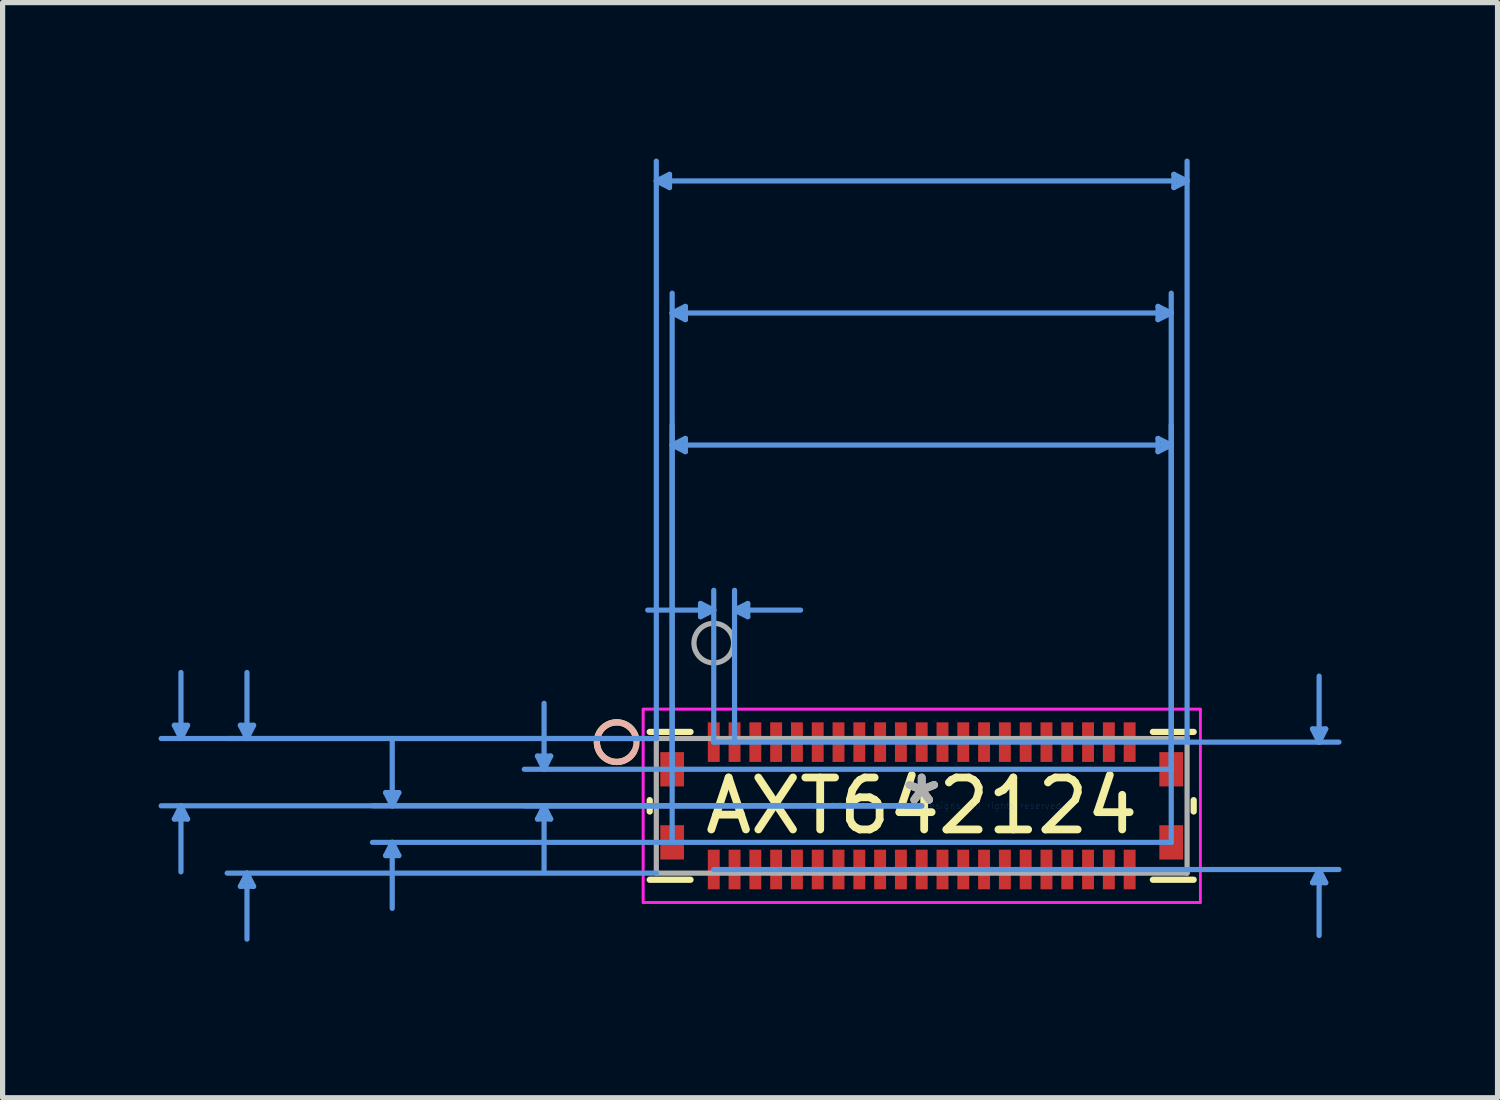
<source format=kicad_pcb>
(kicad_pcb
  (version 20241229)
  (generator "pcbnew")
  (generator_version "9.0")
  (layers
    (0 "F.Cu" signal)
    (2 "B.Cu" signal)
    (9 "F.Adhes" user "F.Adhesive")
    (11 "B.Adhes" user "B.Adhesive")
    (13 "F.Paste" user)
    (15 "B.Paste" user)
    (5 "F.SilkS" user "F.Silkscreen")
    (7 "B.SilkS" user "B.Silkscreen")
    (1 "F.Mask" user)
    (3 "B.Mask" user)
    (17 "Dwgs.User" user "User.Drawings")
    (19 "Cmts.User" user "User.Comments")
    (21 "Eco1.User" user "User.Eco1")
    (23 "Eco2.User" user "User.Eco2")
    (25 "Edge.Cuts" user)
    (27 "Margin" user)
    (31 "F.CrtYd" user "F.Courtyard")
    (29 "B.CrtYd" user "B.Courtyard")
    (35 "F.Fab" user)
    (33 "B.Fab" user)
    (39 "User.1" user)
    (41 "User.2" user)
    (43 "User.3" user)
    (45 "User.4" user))
  (footprint "AXT642124"
    (layer "F.Cu")
    (at 14.68 12.451)
    (property "Reference" "AXT642124" (at 0 0 0) (layer "F.SilkS") (effects (font (size 1 1) (thickness 0.15))))
    (attr through_hole)
    (fp_line (start -5.232 -0.109) (end -5.232 0.109) (stroke (width 0.12) (type solid)) (layer "F.SilkS"))
    (fp_line (start -5.232 1.422) (end -4.447 1.422) (stroke (width 0.12) (type solid)) (layer "F.SilkS"))
    (fp_line (start -4.447 -1.422) (end -5.232 -1.422) (stroke (width 0.12) (type solid)) (layer "F.SilkS"))
    (fp_line (start 4.447 1.422) (end 5.232 1.422) (stroke (width 0.12) (type solid)) (layer "F.SilkS"))
    (fp_line (start 5.232 -1.422) (end 4.447 -1.422) (stroke (width 0.12) (type solid)) (layer "F.SilkS"))
    (fp_line (start 5.232 0.109) (end 5.232 -0.109) (stroke (width 0.12) (type solid)) (layer "F.SilkS"))
    (fp_arc (start -5.53914 -1.031592) (mid -6.238766 -1.310139) (end -5.487671 -1.256096) (stroke (width 0.12) (type solid)) (layer "F.SilkS"))
    (fp_circle (center -5.867 -1.225) (end -5.486 -1.225) (stroke (width 0.12) (type solid)) (fill no) (layer "B.SilkS"))
    (fp_line (start -14.376 -1.549) (end -14.122 -1.549) (stroke (width 0.1) (type solid)) (layer "Cmts.User"))
    (fp_line (start -14.376 0.254) (end -14.122 0.254) (stroke (width 0.1) (type solid)) (layer "Cmts.User"))
    (fp_line (start -14.249 -1.295) (end -14.376 -1.549) (stroke (width 0.1) (type solid)) (layer "Cmts.User"))
    (fp_line (start -14.249 -1.295) (end -14.249 -2.565) (stroke (width 0.1) (type solid)) (layer "Cmts.User"))
    (fp_line (start -14.249 -1.295) (end -14.122 -1.549) (stroke (width 0.1) (type solid)) (layer "Cmts.User"))
    (fp_line (start -14.249 0) (end -14.376 0.254) (stroke (width 0.1) (type solid)) (layer "Cmts.User"))
    (fp_line (start -14.249 0) (end -14.249 1.27) (stroke (width 0.1) (type solid)) (layer "Cmts.User"))
    (fp_line (start -14.249 0) (end -14.122 0.254) (stroke (width 0.1) (type solid)) (layer "Cmts.User"))
    (fp_line (start -13.106 -1.549) (end -12.852 -1.549) (stroke (width 0.1) (type solid)) (layer "Cmts.User"))
    (fp_line (start -13.106 1.549) (end -12.852 1.549) (stroke (width 0.1) (type solid)) (layer "Cmts.User"))
    (fp_line (start -12.979 -1.295) (end -13.106 -1.549) (stroke (width 0.1) (type solid)) (layer "Cmts.User"))
    (fp_line (start -12.979 -1.295) (end -12.979 -2.565) (stroke (width 0.1) (type solid)) (layer "Cmts.User"))
    (fp_line (start -12.979 -1.295) (end -12.852 -1.549) (stroke (width 0.1) (type solid)) (layer "Cmts.User"))
    (fp_line (start -12.979 1.295) (end -13.106 1.549) (stroke (width 0.1) (type solid)) (layer "Cmts.User"))
    (fp_line (start -12.979 1.295) (end -12.979 2.565) (stroke (width 0.1) (type solid)) (layer "Cmts.User"))
    (fp_line (start -12.979 1.295) (end -12.852 1.549) (stroke (width 0.1) (type solid)) (layer "Cmts.User"))
    (fp_line (start -10.312 -0.254) (end -10.058 -0.254) (stroke (width 0.1) (type solid)) (layer "Cmts.User"))
    (fp_line (start -10.312 0.957) (end -10.058 0.957) (stroke (width 0.1) (type solid)) (layer "Cmts.User"))
    (fp_line (start -10.185 0) (end -10.312 -0.254) (stroke (width 0.1) (type solid)) (layer "Cmts.User"))
    (fp_line (start -10.185 0) (end -10.185 -1.27) (stroke (width 0.1) (type solid)) (layer "Cmts.User"))
    (fp_line (start -10.185 0) (end -10.058 -0.254) (stroke (width 0.1) (type solid)) (layer "Cmts.User"))
    (fp_line (start -10.185 0.703) (end -10.312 0.957) (stroke (width 0.1) (type solid)) (layer "Cmts.User"))
    (fp_line (start -10.185 0.703) (end -10.185 1.972) (stroke (width 0.1) (type solid)) (layer "Cmts.User"))
    (fp_line (start -10.185 0.703) (end -10.058 0.957) (stroke (width 0.1) (type solid)) (layer "Cmts.User"))
    (fp_line (start -7.391 -0.957) (end -7.137 -0.957) (stroke (width 0.1) (type solid)) (layer "Cmts.User"))
    (fp_line (start -7.391 0.254) (end -7.137 0.254) (stroke (width 0.1) (type solid)) (layer "Cmts.User"))
    (fp_line (start -7.264 -0.703) (end -7.391 -0.957) (stroke (width 0.1) (type solid)) (layer "Cmts.User"))
    (fp_line (start -7.264 -0.703) (end -7.264 -1.972) (stroke (width 0.1) (type solid)) (layer "Cmts.User"))
    (fp_line (start -7.264 -0.703) (end -7.137 -0.957) (stroke (width 0.1) (type solid)) (layer "Cmts.User"))
    (fp_line (start -7.264 0) (end -7.391 0.254) (stroke (width 0.1) (type solid)) (layer "Cmts.User"))
    (fp_line (start -7.264 0) (end -7.264 1.27) (stroke (width 0.1) (type solid)) (layer "Cmts.User"))
    (fp_line (start -7.264 0) (end -7.137 0.254) (stroke (width 0.1) (type solid)) (layer "Cmts.User"))
    (fp_line (start -5.105 -12.02) (end -4.851 -12.147) (stroke (width 0.1) (type solid)) (layer "Cmts.User"))
    (fp_line (start -5.105 -12.02) (end -4.851 -11.893) (stroke (width 0.1) (type solid)) (layer "Cmts.User"))
    (fp_line (start -5.105 -12.02) (end 5.105 -12.02) (stroke (width 0.1) (type solid)) (layer "Cmts.User"))
    (fp_line (start -5.105 -1.295) (end -14.63 -1.295) (stroke (width 0.1) (type solid)) (layer "Cmts.User"))
    (fp_line (start -5.105 -1.295) (end -13.36 -1.295) (stroke (width 0.1) (type solid)) (layer "Cmts.User"))
    (fp_line (start -5.105 -1.295) (end -5.105 -12.401) (stroke (width 0.1) (type solid)) (layer "Cmts.User"))
    (fp_line (start -5.105 1.295) (end -13.36 1.295) (stroke (width 0.1) (type solid)) (layer "Cmts.User"))
    (fp_line (start -4.851 -12.147) (end -4.851 -11.893) (stroke (width 0.1) (type solid)) (layer "Cmts.User"))
    (fp_line (start -4.8 -9.48) (end -4.546 -9.607) (stroke (width 0.1) (type solid)) (layer "Cmts.User"))
    (fp_line (start -4.8 -9.48) (end -4.546 -9.353) (stroke (width 0.1) (type solid)) (layer "Cmts.User"))
    (fp_line (start -4.8 -9.48) (end 4.8 -9.48) (stroke (width 0.1) (type solid)) (layer "Cmts.User"))
    (fp_line (start -4.8 -6.94) (end -4.546 -7.067) (stroke (width 0.1) (type solid)) (layer "Cmts.User"))
    (fp_line (start -4.8 -6.94) (end -4.546 -6.813) (stroke (width 0.1) (type solid)) (layer "Cmts.User"))
    (fp_line (start -4.8 -6.94) (end 4.8 -6.94) (stroke (width 0.1) (type solid)) (layer "Cmts.User"))
    (fp_line (start -4.8 -0.703) (end -4.8 -9.861) (stroke (width 0.1) (type solid)) (layer "Cmts.User"))
    (fp_line (start -4.8 0.703) (end -4.8 -7.321) (stroke (width 0.1) (type solid)) (layer "Cmts.User"))
    (fp_line (start -4.546 -9.607) (end -4.546 -9.353) (stroke (width 0.1) (type solid)) (layer "Cmts.User"))
    (fp_line (start -4.546 -7.067) (end -4.546 -6.813) (stroke (width 0.1) (type solid)) (layer "Cmts.User"))
    (fp_line (start -4.254 -3.892) (end -4.254 -3.638) (stroke (width 0.1) (type solid)) (layer "Cmts.User"))
    (fp_line (start -4 -3.765) (end -5.27 -3.765) (stroke (width 0.1) (type solid)) (layer "Cmts.User"))
    (fp_line (start -4 -3.765) (end -4.254 -3.892) (stroke (width 0.1) (type solid)) (layer "Cmts.User"))
    (fp_line (start -4 -3.765) (end -4.254 -3.638) (stroke (width 0.1) (type solid)) (layer "Cmts.User"))
    (fp_line (start -4 -1.225) (end -4 -4.146) (stroke (width 0.1) (type solid)) (layer "Cmts.User"))
    (fp_line (start -4 -1.225) (end 8.026 -1.225) (stroke (width 0.1) (type solid)) (layer "Cmts.User"))
    (fp_line (start -4 1.225) (end 8.026 1.225) (stroke (width 0.1) (type solid)) (layer "Cmts.User"))
    (fp_line (start -3.6 -3.765) (end -3.346 -3.892) (stroke (width 0.1) (type solid)) (layer "Cmts.User"))
    (fp_line (start -3.6 -3.765) (end -3.346 -3.638) (stroke (width 0.1) (type solid)) (layer "Cmts.User"))
    (fp_line (start -3.6 -3.765) (end -2.33 -3.765) (stroke (width 0.1) (type solid)) (layer "Cmts.User"))
    (fp_line (start -3.6 -1.225) (end -3.6 -4.146) (stroke (width 0.1) (type solid)) (layer "Cmts.User"))
    (fp_line (start -3.346 -3.892) (end -3.346 -3.638) (stroke (width 0.1) (type solid)) (layer "Cmts.User"))
    (fp_line (start 0 0) (end -14.63 0) (stroke (width 0.1) (type solid)) (layer "Cmts.User"))
    (fp_line (start 0 0) (end -10.566 0) (stroke (width 0.1) (type solid)) (layer "Cmts.User"))
    (fp_line (start 0 0) (end -7.645 0) (stroke (width 0.1) (type solid)) (layer "Cmts.User"))
    (fp_line (start 4.546 -9.607) (end 4.546 -9.353) (stroke (width 0.1) (type solid)) (layer "Cmts.User"))
    (fp_line (start 4.546 -7.067) (end 4.546 -6.813) (stroke (width 0.1) (type solid)) (layer "Cmts.User"))
    (fp_line (start 4.8 -9.48) (end 4.546 -9.607) (stroke (width 0.1) (type solid)) (layer "Cmts.User"))
    (fp_line (start 4.8 -9.48) (end 4.546 -9.353) (stroke (width 0.1) (type solid)) (layer "Cmts.User"))
    (fp_line (start 4.8 -6.94) (end 4.546 -7.067) (stroke (width 0.1) (type solid)) (layer "Cmts.User"))
    (fp_line (start 4.8 -6.94) (end 4.546 -6.813) (stroke (width 0.1) (type solid)) (layer "Cmts.User"))
    (fp_line (start 4.8 -0.703) (end -7.645 -0.703) (stroke (width 0.1) (type solid)) (layer "Cmts.User"))
    (fp_line (start 4.8 -0.703) (end 4.8 -9.861) (stroke (width 0.1) (type solid)) (layer "Cmts.User"))
    (fp_line (start 4.8 0.703) (end -10.566 0.703) (stroke (width 0.1) (type solid)) (layer "Cmts.User"))
    (fp_line (start 4.8 0.703) (end 4.8 -7.321) (stroke (width 0.1) (type solid)) (layer "Cmts.User"))
    (fp_line (start 4.851 -12.147) (end 4.851 -11.893) (stroke (width 0.1) (type solid)) (layer "Cmts.User"))
    (fp_line (start 5.105 -12.02) (end 4.851 -12.147) (stroke (width 0.1) (type solid)) (layer "Cmts.User"))
    (fp_line (start 5.105 -12.02) (end 4.851 -11.893) (stroke (width 0.1) (type solid)) (layer "Cmts.User"))
    (fp_line (start 5.105 -1.295) (end 5.105 -12.401) (stroke (width 0.1) (type solid)) (layer "Cmts.User"))
    (fp_line (start 7.518 -1.479) (end 7.772 -1.479) (stroke (width 0.1) (type solid)) (layer "Cmts.User"))
    (fp_line (start 7.518 1.479) (end 7.772 1.479) (stroke (width 0.1) (type solid)) (layer "Cmts.User"))
    (fp_line (start 7.645 -1.225) (end 7.518 -1.479) (stroke (width 0.1) (type solid)) (layer "Cmts.User"))
    (fp_line (start 7.645 -1.225) (end 7.645 -2.495) (stroke (width 0.1) (type solid)) (layer "Cmts.User"))
    (fp_line (start 7.645 -1.225) (end 7.772 -1.479) (stroke (width 0.1) (type solid)) (layer "Cmts.User"))
    (fp_line (start 7.645 1.225) (end 7.518 1.479) (stroke (width 0.1) (type solid)) (layer "Cmts.User"))
    (fp_line (start 7.645 1.225) (end 7.645 2.495) (stroke (width 0.1) (type solid)) (layer "Cmts.User"))
    (fp_line (start 7.645 1.225) (end 7.772 1.479) (stroke (width 0.1) (type solid)) (layer "Cmts.User"))
    (fp_line (start -5.359 -1.86) (end -5.359 1.86) (stroke (width 0.05) (type solid)) (layer "F.CrtYd"))
    (fp_line (start -5.359 -1.86) (end -5.359 1.86) (stroke (width 0.05) (type solid)) (layer "F.CrtYd"))
    (fp_line (start -5.359 1.86) (end 5.359 1.86) (stroke (width 0.05) (type solid)) (layer "F.CrtYd"))
    (fp_line (start -5.359 1.86) (end 5.359 1.86) (stroke (width 0.05) (type solid)) (layer "F.CrtYd"))
    (fp_line (start 5.359 -1.86) (end -5.359 -1.86) (stroke (width 0.05) (type solid)) (layer "F.CrtYd"))
    (fp_line (start 5.359 -1.86) (end -5.359 -1.86) (stroke (width 0.05) (type solid)) (layer "F.CrtYd"))
    (fp_line (start 5.359 1.86) (end 5.359 -1.86) (stroke (width 0.05) (type solid)) (layer "F.CrtYd"))
    (fp_line (start 5.359 1.86) (end 5.359 -1.86) (stroke (width 0.05) (type solid)) (layer "F.CrtYd"))
    (fp_line (start -5.105 -1.295) (end -5.105 1.295) (stroke (width 0.1) (type solid)) (layer "F.Fab"))
    (fp_line (start -5.105 1.295) (end 5.105 1.295) (stroke (width 0.1) (type solid)) (layer "F.Fab"))
    (fp_line (start 5.105 -1.295) (end -5.105 -1.295) (stroke (width 0.1) (type solid)) (layer "F.Fab"))
    (fp_line (start 5.105 1.295) (end 5.105 -1.295) (stroke (width 0.1) (type solid)) (layer "F.Fab"))
    (fp_circle (center -4 -3.13) (end -3.619 -3.13) (stroke (width 0.1) (type solid)) (fill no) (layer "F.Fab"))
    (fp_text user "*" (at 0 0 0) (layer "F.SilkS") (effects (font (size 1 1) (thickness 0.15))))
    (fp_text user "Copyright 2021 Accelerated Designs. All rights reserved." (at 0 0 0) (layer "Cmts.User") (effects (font (size 0.127 0.127) (thickness 0.002))))
    (fp_text user "*" (at 0 0 0) (layer "F.Fab") (effects (font (size 1 1) (thickness 0.15))))
    (pad "1" smd rect (at -4 -1.225) (size 0.229 0.762) (layers "F.Cu" "F.Mask" "F.Paste"))
    (pad "2" smd rect (at -4 1.225) (size 0.229 0.762) (layers "F.Cu" "F.Mask" "F.Paste"))
    (pad "3" smd rect (at -3.6 -1.225) (size 0.229 0.762) (layers "F.Cu" "F.Mask" "F.Paste"))
    (pad "4" smd rect (at -3.6 1.225) (size 0.229 0.762) (layers "F.Cu" "F.Mask" "F.Paste"))
    (pad "5" smd rect (at -3.2 -1.225) (size 0.229 0.762) (layers "F.Cu" "F.Mask" "F.Paste"))
    (pad "6" smd rect (at -3.2 1.225) (size 0.229 0.762) (layers "F.Cu" "F.Mask" "F.Paste"))
    (pad "7" smd rect (at -2.8 -1.225) (size 0.229 0.762) (layers "F.Cu" "F.Mask" "F.Paste"))
    (pad "8" smd rect (at -2.8 1.225) (size 0.229 0.762) (layers "F.Cu" "F.Mask" "F.Paste"))
    (pad "9" smd rect (at -2.4 -1.225) (size 0.229 0.762) (layers "F.Cu" "F.Mask" "F.Paste"))
    (pad "10" smd rect (at -2.4 1.225) (size 0.229 0.762) (layers "F.Cu" "F.Mask" "F.Paste"))
    (pad "11" smd rect (at -2 -1.225) (size 0.229 0.762) (layers "F.Cu" "F.Mask" "F.Paste"))
    (pad "12" smd rect (at -2 1.225) (size 0.229 0.762) (layers "F.Cu" "F.Mask" "F.Paste"))
    (pad "13" smd rect (at -1.6 -1.225) (size 0.229 0.762) (layers "F.Cu" "F.Mask" "F.Paste"))
    (pad "14" smd rect (at -1.6 1.225) (size 0.229 0.762) (layers "F.Cu" "F.Mask" "F.Paste"))
    (pad "15" smd rect (at -1.2 -1.225) (size 0.229 0.762) (layers "F.Cu" "F.Mask" "F.Paste"))
    (pad "16" smd rect (at -1.2 1.225) (size 0.229 0.762) (layers "F.Cu" "F.Mask" "F.Paste"))
    (pad "17" smd rect (at -0.8 -1.225) (size 0.229 0.762) (layers "F.Cu" "F.Mask" "F.Paste"))
    (pad "18" smd rect (at -0.8 1.225) (size 0.229 0.762) (layers "F.Cu" "F.Mask" "F.Paste"))
    (pad "19" smd rect (at -0.4 -1.225) (size 0.229 0.762) (layers "F.Cu" "F.Mask" "F.Paste"))
    (pad "20" smd rect (at -0.4 1.225) (size 0.229 0.762) (layers "F.Cu" "F.Mask" "F.Paste"))
    (pad "21" smd rect (at 0 -1.225) (size 0.229 0.762) (layers "F.Cu" "F.Mask" "F.Paste"))
    (pad "22" smd rect (at 0 1.225) (size 0.229 0.762) (layers "F.Cu" "F.Mask" "F.Paste"))
    (pad "23" smd rect (at 0.4 -1.225) (size 0.229 0.762) (layers "F.Cu" "F.Mask" "F.Paste"))
    (pad "24" smd rect (at 0.4 1.225) (size 0.229 0.762) (layers "F.Cu" "F.Mask" "F.Paste"))
    (pad "25" smd rect (at 0.8 -1.225) (size 0.229 0.762) (layers "F.Cu" "F.Mask" "F.Paste"))
    (pad "26" smd rect (at 0.8 1.225) (size 0.229 0.762) (layers "F.Cu" "F.Mask" "F.Paste"))
    (pad "27" smd rect (at 1.2 -1.225) (size 0.229 0.762) (layers "F.Cu" "F.Mask" "F.Paste"))
    (pad "28" smd rect (at 1.2 1.225) (size 0.229 0.762) (layers "F.Cu" "F.Mask" "F.Paste"))
    (pad "29" smd rect (at 1.6 -1.225) (size 0.229 0.762) (layers "F.Cu" "F.Mask" "F.Paste"))
    (pad "30" smd rect (at 1.6 1.225) (size 0.229 0.762) (layers "F.Cu" "F.Mask" "F.Paste"))
    (pad "31" smd rect (at 2 -1.225) (size 0.229 0.762) (layers "F.Cu" "F.Mask" "F.Paste"))
    (pad "32" smd rect (at 2 1.225) (size 0.229 0.762) (layers "F.Cu" "F.Mask" "F.Paste"))
    (pad "33" smd rect (at 2.4 -1.225) (size 0.229 0.762) (layers "F.Cu" "F.Mask" "F.Paste"))
    (pad "34" smd rect (at 2.4 1.225) (size 0.229 0.762) (layers "F.Cu" "F.Mask" "F.Paste"))
    (pad "35" smd rect (at 2.8 -1.225) (size 0.229 0.762) (layers "F.Cu" "F.Mask" "F.Paste"))
    (pad "36" smd rect (at 2.8 1.225) (size 0.229 0.762) (layers "F.Cu" "F.Mask" "F.Paste"))
    (pad "37" smd rect (at 3.2 -1.225) (size 0.229 0.762) (layers "F.Cu" "F.Mask" "F.Paste"))
    (pad "38" smd rect (at 3.2 1.225) (size 0.229 0.762) (layers "F.Cu" "F.Mask" "F.Paste"))
    (pad "39" smd rect (at 3.6 -1.225) (size 0.229 0.762) (layers "F.Cu" "F.Mask" "F.Paste"))
    (pad "40" smd rect (at 3.6 1.225) (size 0.229 0.762) (layers "F.Cu" "F.Mask" "F.Paste"))
    (pad "41" smd rect (at 4 -1.225) (size 0.229 0.762) (layers "F.Cu" "F.Mask" "F.Paste"))
    (pad "42" smd rect (at 4 1.225) (size 0.229 0.762) (layers "F.Cu" "F.Mask" "F.Paste"))
    (pad "43" smd rect (at -4.8 -0.703) (size 0.457 0.66) (layers "F.Cu" "F.Mask" "F.Paste"))
    (pad "44" smd rect (at 4.8 -0.703) (size 0.457 0.66) (layers "F.Cu" "F.Mask" "F.Paste"))
    (pad "45" smd rect (at -4.8 0.703) (size 0.457 0.66) (layers "F.Cu" "F.Mask" "F.Paste"))
    (pad "46" smd rect (at 4.8 0.703) (size 0.457 0.66) (layers "F.Cu" "F.Mask" "F.Paste")))
  (gr_rect
    (start -3 -3)
    (end 25.757 18.066)
    (stroke (width 0.1) (type default))
    (fill no)
    (layer "Edge.Cuts")))
</source>
